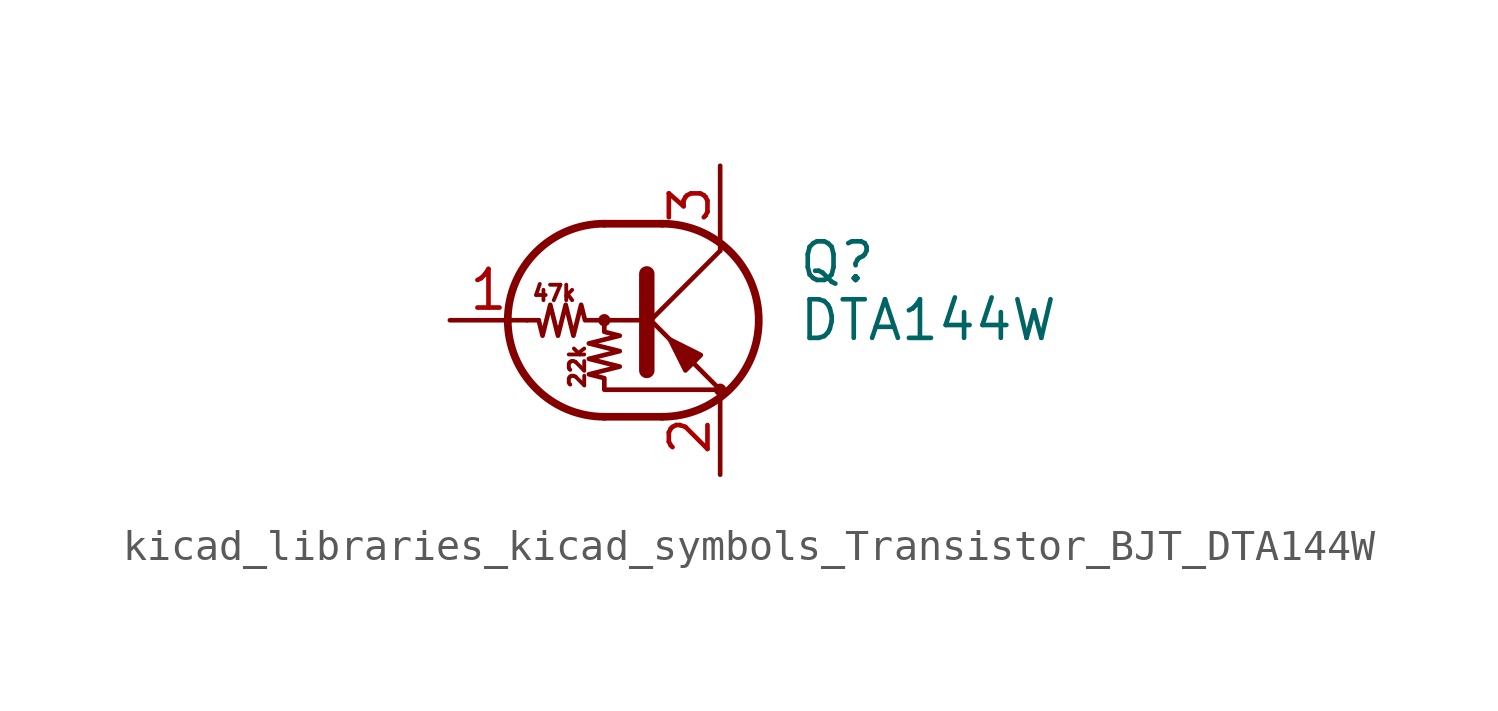
<source format=kicad_sym>
(kicad_symbol_lib
  (version 20220914)
  (generator kicad_symbol_editor)
  (symbol "kicad_libraries_kicad_symbols_Transistor_BJT_DTA144W"
    (pin_names
      (offset 0) hide)
    (property "Reference" "Q"
      (at 5.08 1.905 0)
      (effects (font (size 1.27 1.27)) (justify left)))
    (property "Value" "DTA144W"
      (at 5.08 0 0)
      (effects (font (size 1.27 1.27)) (justify left)))
    (symbol "kicad_libraries_kicad_symbols_Transistor_BJT_DTA144W_0_0"
      (text "22k" (at -2.159 -1.524 900) (effects (font (size 0.508 0.508))))
      (text "47k" (at -2.921 0.889 0) (effects (font (size 0.508 0.508)))))
    (symbol "kicad_libraries_kicad_symbols_Transistor_BJT_DTA144W_0_1"
      (circle (center -1.27 0) (radius 0.127) (stroke (width 0) (type default)) (fill (type none)))
      (arc (start -1.27 3.175) (mid -4.4312 0) (end -1.27 -3.175) (stroke (width 0.254) (type default)) (fill (type none)))
      (polyline (pts (xy -3.429 0) (xy -3.81 0)) (stroke (width 0) (type default)) (fill (type none)))
      (polyline (pts (xy -1.27 -3.175) (xy 0.635 -3.175)) (stroke (width 0.254) (type default)) (fill (type none)))
      (polyline (pts (xy -1.27 3.175) (xy 0.635 3.175)) (stroke (width 0.254) (type default)) (fill (type none)))
      (polyline (pts (xy 0 -0.254) (xy 2.54 2.286)) (stroke (width 0) (type default)) (fill (type none)))
      (polyline (pts (xy 0.127 1.524) (xy 0.127 -1.651)) (stroke (width 0.508) (type default)) (fill (type outline)))
      (polyline (pts (xy 2.54 2.286) (xy 2.54 2.54)) (stroke (width 0) (type default)) (fill (type none)))
      (polyline (pts (xy 2.54 -2.286) (xy 0 0.254) (xy 0 0.254)) (stroke (width 0) (type default)) (fill (type none)))
      (polyline (pts (xy 1.397 -1.651) (xy 1.905 -1.143) (xy 0.889 -0.635) (xy 1.397 -1.651)) (stroke (width 0) (type default)) (fill (type outline)))
      (polyline (pts (xy 0 0) (xy -1.905 0) (xy -2.032 0.508) (xy -2.286 -0.508) (xy -2.54 0.508) (xy -2.794 -0.508) (xy -3.048 0.508) (xy -3.302 -0.508) (xy -3.429 0)) (stroke (width 0) (type default)) (fill (type none)))
      (polyline (pts (xy -1.27 0) (xy -1.27 -0.381) (xy -0.762 -0.508) (xy -1.778 -0.762) (xy -0.762 -1.016) (xy -1.778 -1.27) (xy -0.762 -1.524) (xy -1.778 -1.778) (xy -1.27 -1.905) (xy -1.27 -2.286) (xy 2.54 -2.286)) (stroke (width 0) (type default)) (fill (type none)))
      (arc (start 0.635 -3.175) (mid 3.7962 0) (end 0.635 3.175) (stroke (width 0.254) (type default)) (fill (type none)))
      (circle (center 2.54 -2.286) (radius 0.127) (stroke (width 0) (type default)) (fill (type none))))
    (symbol "kicad_libraries_kicad_symbols_Transistor_BJT_DTA144W_1_1"
      (pin input line (at -6.35 0 0) (length 2.54) (name "B" (effects (font (size 1.27 1.27)))) (number "1" (effects (font (size 1.27 1.27)))))
      (pin passive line (at 2.54 -5.08 90) (length 2.54) (name "E" (effects (font (size 1.27 1.27)))) (number "2" (effects (font (size 1.27 1.27)))))
      (pin passive line (at 2.54 5.08 270) (length 2.54) (name "C" (effects (font (size 1.27 1.27)))) (number "3" (effects (font (size 1.27 1.27))))))))
</source>
